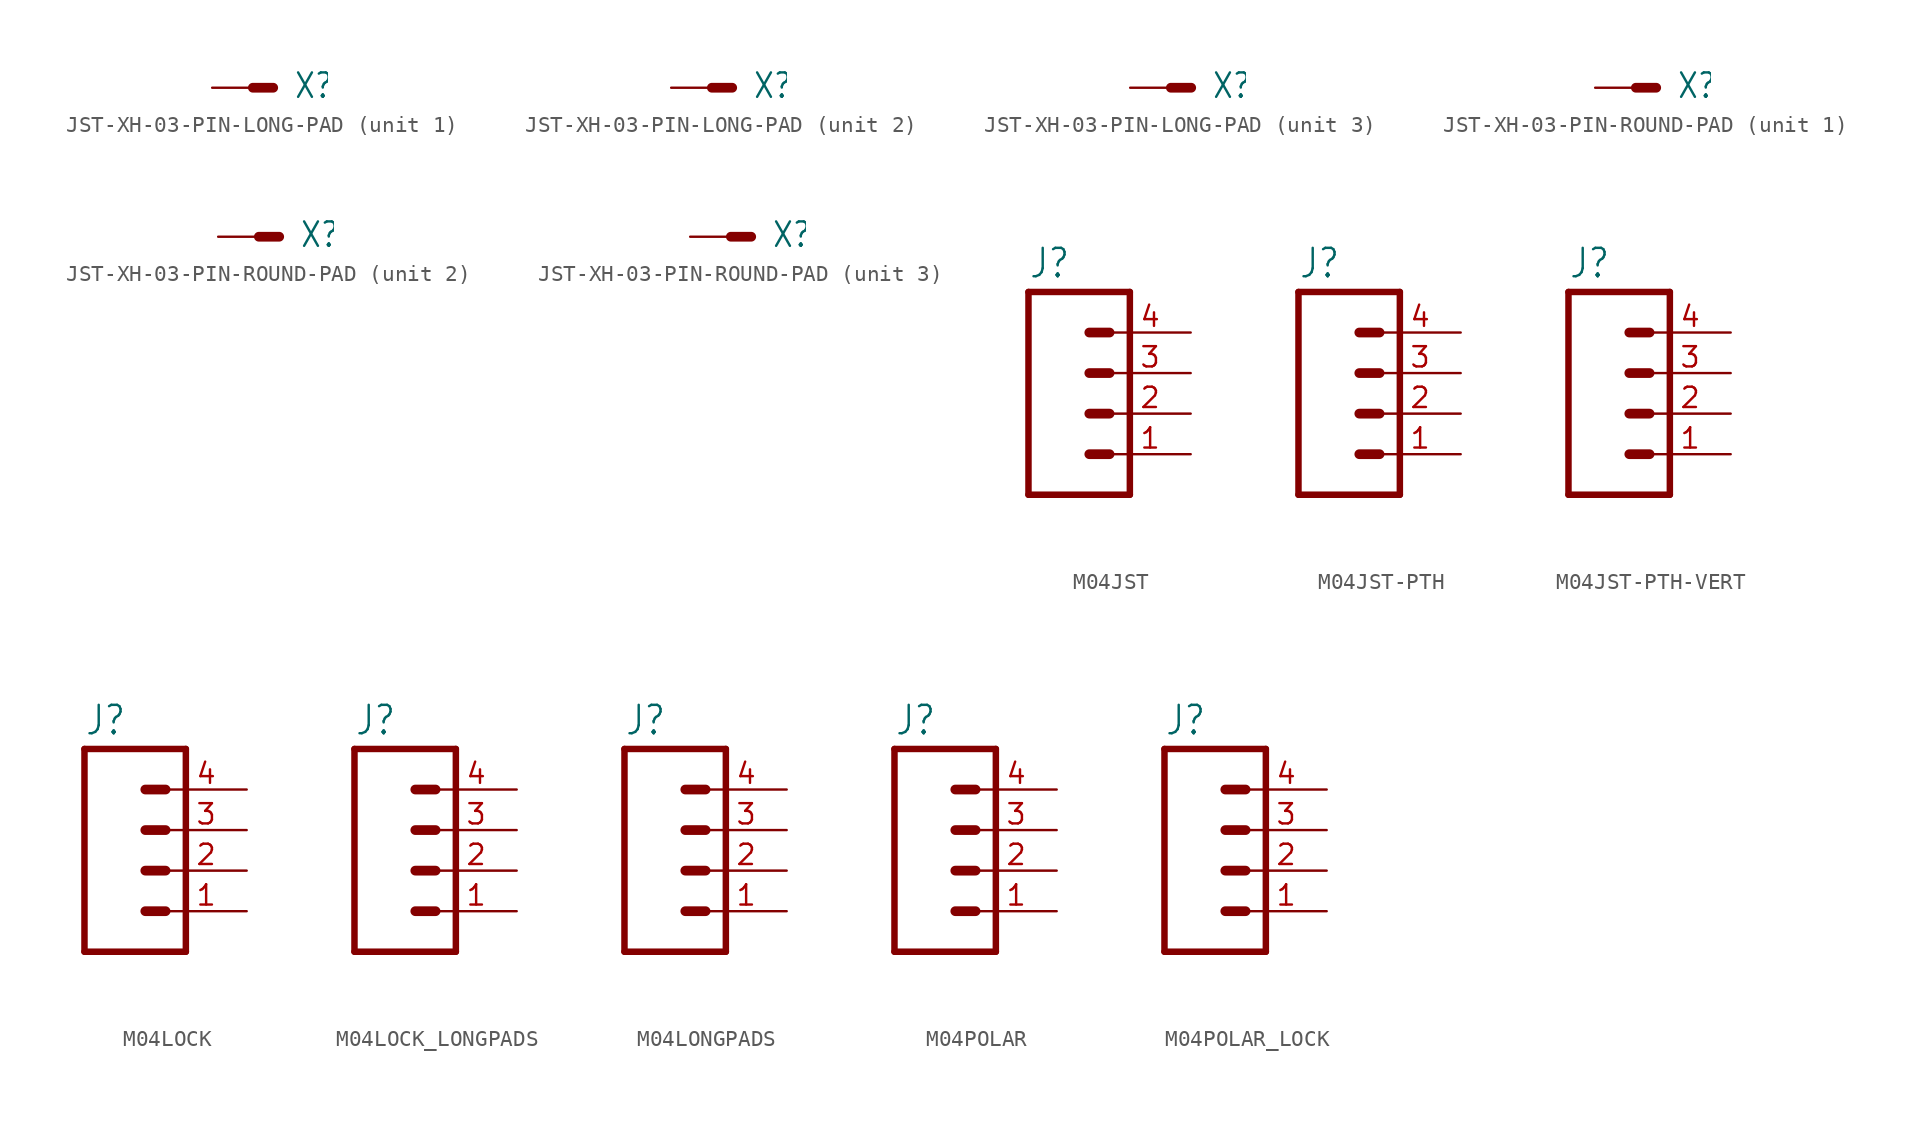
<source format=kicad_sym>
(kicad_symbol_lib
  (version 20220914)
  (generator kicad_symbol_editor)
  (symbol "JST-XH-03-PIN-LONG-PAD"
    (property "Reference" "X"
      (at 2.54 -0.762 0)
      (effects (font (size 1.524 1.295)) (justify left bottom)))
    (property "ki_locked" ""
      (at 0 0 0)
      (effects (font (size 1.27 1.27))))
    (symbol "JST-XH-03-PIN-LONG-PAD_1_0"
      (polyline (pts (xy 1.27 0) (xy 0 0)) (stroke (width 0.61) (type solid)) (fill (type none)))
      (pin passive line (at -2.54 0 0) (length 2.54) (name "S" (effects (font (size 0 0)))) (number "1" (effects (font (size 0 0))))))
    (symbol "JST-XH-03-PIN-LONG-PAD_2_0"
      (polyline (pts (xy 1.27 0) (xy 0 0)) (stroke (width 0.61) (type solid)) (fill (type none)))
      (pin passive line (at -2.54 0 0) (length 2.54) (name "S" (effects (font (size 0 0)))) (number "2" (effects (font (size 0 0))))))
    (symbol "JST-XH-03-PIN-LONG-PAD_3_0"
      (polyline (pts (xy 1.27 0) (xy 0 0)) (stroke (width 0.61) (type solid)) (fill (type none)))
      (pin passive line (at -2.54 0 0) (length 2.54) (name "S" (effects (font (size 0 0)))) (number "3" (effects (font (size 0 0)))))))
  (symbol "JST-XH-03-PIN-ROUND-PAD"
    (property "Reference" "X"
      (at 2.54 -0.762 0)
      (effects (font (size 1.524 1.295)) (justify left bottom)))
    (property "ki_locked" ""
      (at 0 0 0)
      (effects (font (size 1.27 1.27))))
    (symbol "JST-XH-03-PIN-ROUND-PAD_1_0"
      (polyline (pts (xy 1.27 0) (xy 0 0)) (stroke (width 0.61) (type solid)) (fill (type none)))
      (pin passive line (at -2.54 0 0) (length 2.54) (name "S" (effects (font (size 0 0)))) (number "1" (effects (font (size 0 0))))))
    (symbol "JST-XH-03-PIN-ROUND-PAD_2_0"
      (polyline (pts (xy 1.27 0) (xy 0 0)) (stroke (width 0.61) (type solid)) (fill (type none)))
      (pin passive line (at -2.54 0 0) (length 2.54) (name "S" (effects (font (size 0 0)))) (number "2" (effects (font (size 0 0))))))
    (symbol "JST-XH-03-PIN-ROUND-PAD_3_0"
      (polyline (pts (xy 1.27 0) (xy 0 0)) (stroke (width 0.61) (type solid)) (fill (type none)))
      (pin passive line (at -2.54 0 0) (length 2.54) (name "S" (effects (font (size 0 0)))) (number "3" (effects (font (size 0 0)))))))
  (symbol "M04JST"
    (property "Reference" "J"
      (at -5.08 8.382 0)
      (effects (font (size 1.778 1.511)) (justify left bottom)))
    (property "Value" ""
      (at -5.08 -7.62 0)
      (effects (font (size 1.778 1.511)) (justify left bottom)))
    (property "ki_locked" ""
      (at 0 0 0)
      (effects (font (size 1.27 1.27))))
    (symbol "M04JST_1_0"
      (polyline (pts (xy -5.08 7.62) (xy -5.08 -5.08)) (stroke (width 0.406) (type solid)) (fill (type none)))
      (polyline (pts (xy -5.08 7.62) (xy 1.27 7.62)) (stroke (width 0.406) (type solid)) (fill (type none)))
      (polyline (pts (xy -1.27 -2.54) (xy 0 -2.54)) (stroke (width 0.61) (type solid)) (fill (type none)))
      (polyline (pts (xy -1.27 0) (xy 0 0)) (stroke (width 0.61) (type solid)) (fill (type none)))
      (polyline (pts (xy -1.27 2.54) (xy 0 2.54)) (stroke (width 0.61) (type solid)) (fill (type none)))
      (polyline (pts (xy -1.27 5.08) (xy 0 5.08)) (stroke (width 0.61) (type solid)) (fill (type none)))
      (polyline (pts (xy 1.27 -5.08) (xy -5.08 -5.08)) (stroke (width 0.406) (type solid)) (fill (type none)))
      (polyline (pts (xy 1.27 -5.08) (xy 1.27 7.62)) (stroke (width 0.406) (type solid)) (fill (type none)))
      (pin passive line (at 5.08 -2.54 180) (length 5.08) (name "1" (effects (font (size 0 0)))) (number "1" (effects (font (size 1.27 1.27)))))
      (pin passive line (at 5.08 0 180) (length 5.08) (name "2" (effects (font (size 0 0)))) (number "2" (effects (font (size 1.27 1.27)))))
      (pin passive line (at 5.08 2.54 180) (length 5.08) (name "3" (effects (font (size 0 0)))) (number "3" (effects (font (size 1.27 1.27)))))
      (pin passive line (at 5.08 5.08 180) (length 5.08) (name "4" (effects (font (size 0 0)))) (number "4" (effects (font (size 1.27 1.27)))))))
  (symbol "M04JST-PTH"
    (property "Reference" "J"
      (at -5.08 8.382 0)
      (effects (font (size 1.778 1.511)) (justify left bottom)))
    (property "Value" ""
      (at -5.08 -7.62 0)
      (effects (font (size 1.778 1.511)) (justify left bottom)))
    (property "ki_locked" ""
      (at 0 0 0)
      (effects (font (size 1.27 1.27))))
    (symbol "M04JST-PTH_1_0"
      (polyline (pts (xy -5.08 7.62) (xy -5.08 -5.08)) (stroke (width 0.406) (type solid)) (fill (type none)))
      (polyline (pts (xy -5.08 7.62) (xy 1.27 7.62)) (stroke (width 0.406) (type solid)) (fill (type none)))
      (polyline (pts (xy -1.27 -2.54) (xy 0 -2.54)) (stroke (width 0.61) (type solid)) (fill (type none)))
      (polyline (pts (xy -1.27 0) (xy 0 0)) (stroke (width 0.61) (type solid)) (fill (type none)))
      (polyline (pts (xy -1.27 2.54) (xy 0 2.54)) (stroke (width 0.61) (type solid)) (fill (type none)))
      (polyline (pts (xy -1.27 5.08) (xy 0 5.08)) (stroke (width 0.61) (type solid)) (fill (type none)))
      (polyline (pts (xy 1.27 -5.08) (xy -5.08 -5.08)) (stroke (width 0.406) (type solid)) (fill (type none)))
      (polyline (pts (xy 1.27 -5.08) (xy 1.27 7.62)) (stroke (width 0.406) (type solid)) (fill (type none)))
      (pin passive line (at 5.08 -2.54 180) (length 5.08) (name "1" (effects (font (size 0 0)))) (number "1" (effects (font (size 1.27 1.27)))))
      (pin passive line (at 5.08 0 180) (length 5.08) (name "2" (effects (font (size 0 0)))) (number "2" (effects (font (size 1.27 1.27)))))
      (pin passive line (at 5.08 2.54 180) (length 5.08) (name "3" (effects (font (size 0 0)))) (number "3" (effects (font (size 1.27 1.27)))))
      (pin passive line (at 5.08 5.08 180) (length 5.08) (name "4" (effects (font (size 0 0)))) (number "4" (effects (font (size 1.27 1.27)))))))
  (symbol "M04JST-PTH-VERT"
    (property "Reference" "J"
      (at -5.08 8.382 0)
      (effects (font (size 1.778 1.511)) (justify left bottom)))
    (property "Value" ""
      (at -5.08 -7.62 0)
      (effects (font (size 1.778 1.511)) (justify left bottom)))
    (property "ki_locked" ""
      (at 0 0 0)
      (effects (font (size 1.27 1.27))))
    (symbol "M04JST-PTH-VERT_1_0"
      (polyline (pts (xy -5.08 7.62) (xy -5.08 -5.08)) (stroke (width 0.406) (type solid)) (fill (type none)))
      (polyline (pts (xy -5.08 7.62) (xy 1.27 7.62)) (stroke (width 0.406) (type solid)) (fill (type none)))
      (polyline (pts (xy -1.27 -2.54) (xy 0 -2.54)) (stroke (width 0.61) (type solid)) (fill (type none)))
      (polyline (pts (xy -1.27 0) (xy 0 0)) (stroke (width 0.61) (type solid)) (fill (type none)))
      (polyline (pts (xy -1.27 2.54) (xy 0 2.54)) (stroke (width 0.61) (type solid)) (fill (type none)))
      (polyline (pts (xy -1.27 5.08) (xy 0 5.08)) (stroke (width 0.61) (type solid)) (fill (type none)))
      (polyline (pts (xy 1.27 -5.08) (xy -5.08 -5.08)) (stroke (width 0.406) (type solid)) (fill (type none)))
      (polyline (pts (xy 1.27 -5.08) (xy 1.27 7.62)) (stroke (width 0.406) (type solid)) (fill (type none)))
      (pin passive line (at 5.08 -2.54 180) (length 5.08) (name "1" (effects (font (size 0 0)))) (number "1" (effects (font (size 1.27 1.27)))))
      (pin passive line (at 5.08 0 180) (length 5.08) (name "2" (effects (font (size 0 0)))) (number "2" (effects (font (size 1.27 1.27)))))
      (pin passive line (at 5.08 2.54 180) (length 5.08) (name "3" (effects (font (size 0 0)))) (number "3" (effects (font (size 1.27 1.27)))))
      (pin passive line (at 5.08 5.08 180) (length 5.08) (name "4" (effects (font (size 0 0)))) (number "4" (effects (font (size 1.27 1.27)))))))
  (symbol "M04LOCK"
    (property "Reference" "J"
      (at -5.08 8.382 0)
      (effects (font (size 1.778 1.511)) (justify left bottom)))
    (property "Value" ""
      (at -5.08 -7.62 0)
      (effects (font (size 1.778 1.511)) (justify left bottom)))
    (property "ki_locked" ""
      (at 0 0 0)
      (effects (font (size 1.27 1.27))))
    (symbol "M04LOCK_1_0"
      (polyline (pts (xy -5.08 7.62) (xy -5.08 -5.08)) (stroke (width 0.406) (type solid)) (fill (type none)))
      (polyline (pts (xy -5.08 7.62) (xy 1.27 7.62)) (stroke (width 0.406) (type solid)) (fill (type none)))
      (polyline (pts (xy -1.27 -2.54) (xy 0 -2.54)) (stroke (width 0.61) (type solid)) (fill (type none)))
      (polyline (pts (xy -1.27 0) (xy 0 0)) (stroke (width 0.61) (type solid)) (fill (type none)))
      (polyline (pts (xy -1.27 2.54) (xy 0 2.54)) (stroke (width 0.61) (type solid)) (fill (type none)))
      (polyline (pts (xy -1.27 5.08) (xy 0 5.08)) (stroke (width 0.61) (type solid)) (fill (type none)))
      (polyline (pts (xy 1.27 -5.08) (xy -5.08 -5.08)) (stroke (width 0.406) (type solid)) (fill (type none)))
      (polyline (pts (xy 1.27 -5.08) (xy 1.27 7.62)) (stroke (width 0.406) (type solid)) (fill (type none)))
      (pin passive line (at 5.08 -2.54 180) (length 5.08) (name "1" (effects (font (size 0 0)))) (number "1" (effects (font (size 1.27 1.27)))))
      (pin passive line (at 5.08 0 180) (length 5.08) (name "2" (effects (font (size 0 0)))) (number "2" (effects (font (size 1.27 1.27)))))
      (pin passive line (at 5.08 2.54 180) (length 5.08) (name "3" (effects (font (size 0 0)))) (number "3" (effects (font (size 1.27 1.27)))))
      (pin passive line (at 5.08 5.08 180) (length 5.08) (name "4" (effects (font (size 0 0)))) (number "4" (effects (font (size 1.27 1.27)))))))
  (symbol "M04LOCK_LONGPADS"
    (property "Reference" "J"
      (at -5.08 8.382 0)
      (effects (font (size 1.778 1.511)) (justify left bottom)))
    (property "Value" ""
      (at -5.08 -7.62 0)
      (effects (font (size 1.778 1.511)) (justify left bottom)))
    (property "ki_locked" ""
      (at 0 0 0)
      (effects (font (size 1.27 1.27))))
    (symbol "M04LOCK_LONGPADS_1_0"
      (polyline (pts (xy -5.08 7.62) (xy -5.08 -5.08)) (stroke (width 0.406) (type solid)) (fill (type none)))
      (polyline (pts (xy -5.08 7.62) (xy 1.27 7.62)) (stroke (width 0.406) (type solid)) (fill (type none)))
      (polyline (pts (xy -1.27 -2.54) (xy 0 -2.54)) (stroke (width 0.61) (type solid)) (fill (type none)))
      (polyline (pts (xy -1.27 0) (xy 0 0)) (stroke (width 0.61) (type solid)) (fill (type none)))
      (polyline (pts (xy -1.27 2.54) (xy 0 2.54)) (stroke (width 0.61) (type solid)) (fill (type none)))
      (polyline (pts (xy -1.27 5.08) (xy 0 5.08)) (stroke (width 0.61) (type solid)) (fill (type none)))
      (polyline (pts (xy 1.27 -5.08) (xy -5.08 -5.08)) (stroke (width 0.406) (type solid)) (fill (type none)))
      (polyline (pts (xy 1.27 -5.08) (xy 1.27 7.62)) (stroke (width 0.406) (type solid)) (fill (type none)))
      (pin passive line (at 5.08 -2.54 180) (length 5.08) (name "1" (effects (font (size 0 0)))) (number "1" (effects (font (size 1.27 1.27)))))
      (pin passive line (at 5.08 0 180) (length 5.08) (name "2" (effects (font (size 0 0)))) (number "2" (effects (font (size 1.27 1.27)))))
      (pin passive line (at 5.08 2.54 180) (length 5.08) (name "3" (effects (font (size 0 0)))) (number "3" (effects (font (size 1.27 1.27)))))
      (pin passive line (at 5.08 5.08 180) (length 5.08) (name "4" (effects (font (size 0 0)))) (number "4" (effects (font (size 1.27 1.27)))))))
  (symbol "M04LONGPADS"
    (property "Reference" "J"
      (at -5.08 8.382 0)
      (effects (font (size 1.778 1.511)) (justify left bottom)))
    (property "Value" ""
      (at -5.08 -7.62 0)
      (effects (font (size 1.778 1.511)) (justify left bottom)))
    (property "ki_locked" ""
      (at 0 0 0)
      (effects (font (size 1.27 1.27))))
    (symbol "M04LONGPADS_1_0"
      (polyline (pts (xy -5.08 7.62) (xy -5.08 -5.08)) (stroke (width 0.406) (type solid)) (fill (type none)))
      (polyline (pts (xy -5.08 7.62) (xy 1.27 7.62)) (stroke (width 0.406) (type solid)) (fill (type none)))
      (polyline (pts (xy -1.27 -2.54) (xy 0 -2.54)) (stroke (width 0.61) (type solid)) (fill (type none)))
      (polyline (pts (xy -1.27 0) (xy 0 0)) (stroke (width 0.61) (type solid)) (fill (type none)))
      (polyline (pts (xy -1.27 2.54) (xy 0 2.54)) (stroke (width 0.61) (type solid)) (fill (type none)))
      (polyline (pts (xy -1.27 5.08) (xy 0 5.08)) (stroke (width 0.61) (type solid)) (fill (type none)))
      (polyline (pts (xy 1.27 -5.08) (xy -5.08 -5.08)) (stroke (width 0.406) (type solid)) (fill (type none)))
      (polyline (pts (xy 1.27 -5.08) (xy 1.27 7.62)) (stroke (width 0.406) (type solid)) (fill (type none)))
      (pin passive line (at 5.08 -2.54 180) (length 5.08) (name "1" (effects (font (size 0 0)))) (number "1" (effects (font (size 1.27 1.27)))))
      (pin passive line (at 5.08 0 180) (length 5.08) (name "2" (effects (font (size 0 0)))) (number "2" (effects (font (size 1.27 1.27)))))
      (pin passive line (at 5.08 2.54 180) (length 5.08) (name "3" (effects (font (size 0 0)))) (number "3" (effects (font (size 1.27 1.27)))))
      (pin passive line (at 5.08 5.08 180) (length 5.08) (name "4" (effects (font (size 0 0)))) (number "4" (effects (font (size 1.27 1.27)))))))
  (symbol "M04POLAR"
    (property "Reference" "J"
      (at -5.08 8.382 0)
      (effects (font (size 1.778 1.511)) (justify left bottom)))
    (property "Value" ""
      (at -5.08 -7.62 0)
      (effects (font (size 1.778 1.511)) (justify left bottom)))
    (property "ki_locked" ""
      (at 0 0 0)
      (effects (font (size 1.27 1.27))))
    (symbol "M04POLAR_1_0"
      (polyline (pts (xy -5.08 7.62) (xy -5.08 -5.08)) (stroke (width 0.406) (type solid)) (fill (type none)))
      (polyline (pts (xy -5.08 7.62) (xy 1.27 7.62)) (stroke (width 0.406) (type solid)) (fill (type none)))
      (polyline (pts (xy -1.27 -2.54) (xy 0 -2.54)) (stroke (width 0.61) (type solid)) (fill (type none)))
      (polyline (pts (xy -1.27 0) (xy 0 0)) (stroke (width 0.61) (type solid)) (fill (type none)))
      (polyline (pts (xy -1.27 2.54) (xy 0 2.54)) (stroke (width 0.61) (type solid)) (fill (type none)))
      (polyline (pts (xy -1.27 5.08) (xy 0 5.08)) (stroke (width 0.61) (type solid)) (fill (type none)))
      (polyline (pts (xy 1.27 -5.08) (xy -5.08 -5.08)) (stroke (width 0.406) (type solid)) (fill (type none)))
      (polyline (pts (xy 1.27 -5.08) (xy 1.27 7.62)) (stroke (width 0.406) (type solid)) (fill (type none)))
      (pin passive line (at 5.08 -2.54 180) (length 5.08) (name "1" (effects (font (size 0 0)))) (number "1" (effects (font (size 1.27 1.27)))))
      (pin passive line (at 5.08 0 180) (length 5.08) (name "2" (effects (font (size 0 0)))) (number "2" (effects (font (size 1.27 1.27)))))
      (pin passive line (at 5.08 2.54 180) (length 5.08) (name "3" (effects (font (size 0 0)))) (number "3" (effects (font (size 1.27 1.27)))))
      (pin passive line (at 5.08 5.08 180) (length 5.08) (name "4" (effects (font (size 0 0)))) (number "4" (effects (font (size 1.27 1.27)))))))
  (symbol "M04POLAR_LOCK"
    (property "Reference" "J"
      (at -5.08 8.382 0)
      (effects (font (size 1.778 1.511)) (justify left bottom)))
    (property "Value" ""
      (at -5.08 -7.62 0)
      (effects (font (size 1.778 1.511)) (justify left bottom)))
    (property "ki_locked" ""
      (at 0 0 0)
      (effects (font (size 1.27 1.27))))
    (symbol "M04POLAR_LOCK_1_0"
      (polyline (pts (xy -5.08 7.62) (xy -5.08 -5.08)) (stroke (width 0.406) (type solid)) (fill (type none)))
      (polyline (pts (xy -5.08 7.62) (xy 1.27 7.62)) (stroke (width 0.406) (type solid)) (fill (type none)))
      (polyline (pts (xy -1.27 -2.54) (xy 0 -2.54)) (stroke (width 0.61) (type solid)) (fill (type none)))
      (polyline (pts (xy -1.27 0) (xy 0 0)) (stroke (width 0.61) (type solid)) (fill (type none)))
      (polyline (pts (xy -1.27 2.54) (xy 0 2.54)) (stroke (width 0.61) (type solid)) (fill (type none)))
      (polyline (pts (xy -1.27 5.08) (xy 0 5.08)) (stroke (width 0.61) (type solid)) (fill (type none)))
      (polyline (pts (xy 1.27 -5.08) (xy -5.08 -5.08)) (stroke (width 0.406) (type solid)) (fill (type none)))
      (polyline (pts (xy 1.27 -5.08) (xy 1.27 7.62)) (stroke (width 0.406) (type solid)) (fill (type none)))
      (pin passive line (at 5.08 -2.54 180) (length 5.08) (name "1" (effects (font (size 0 0)))) (number "1" (effects (font (size 1.27 1.27)))))
      (pin passive line (at 5.08 0 180) (length 5.08) (name "2" (effects (font (size 0 0)))) (number "2" (effects (font (size 1.27 1.27)))))
      (pin passive line (at 5.08 2.54 180) (length 5.08) (name "3" (effects (font (size 0 0)))) (number "3" (effects (font (size 1.27 1.27)))))
      (pin passive line (at 5.08 5.08 180) (length 5.08) (name "4" (effects (font (size 0 0)))) (number "4" (effects (font (size 1.27 1.27))))))))
</source>
